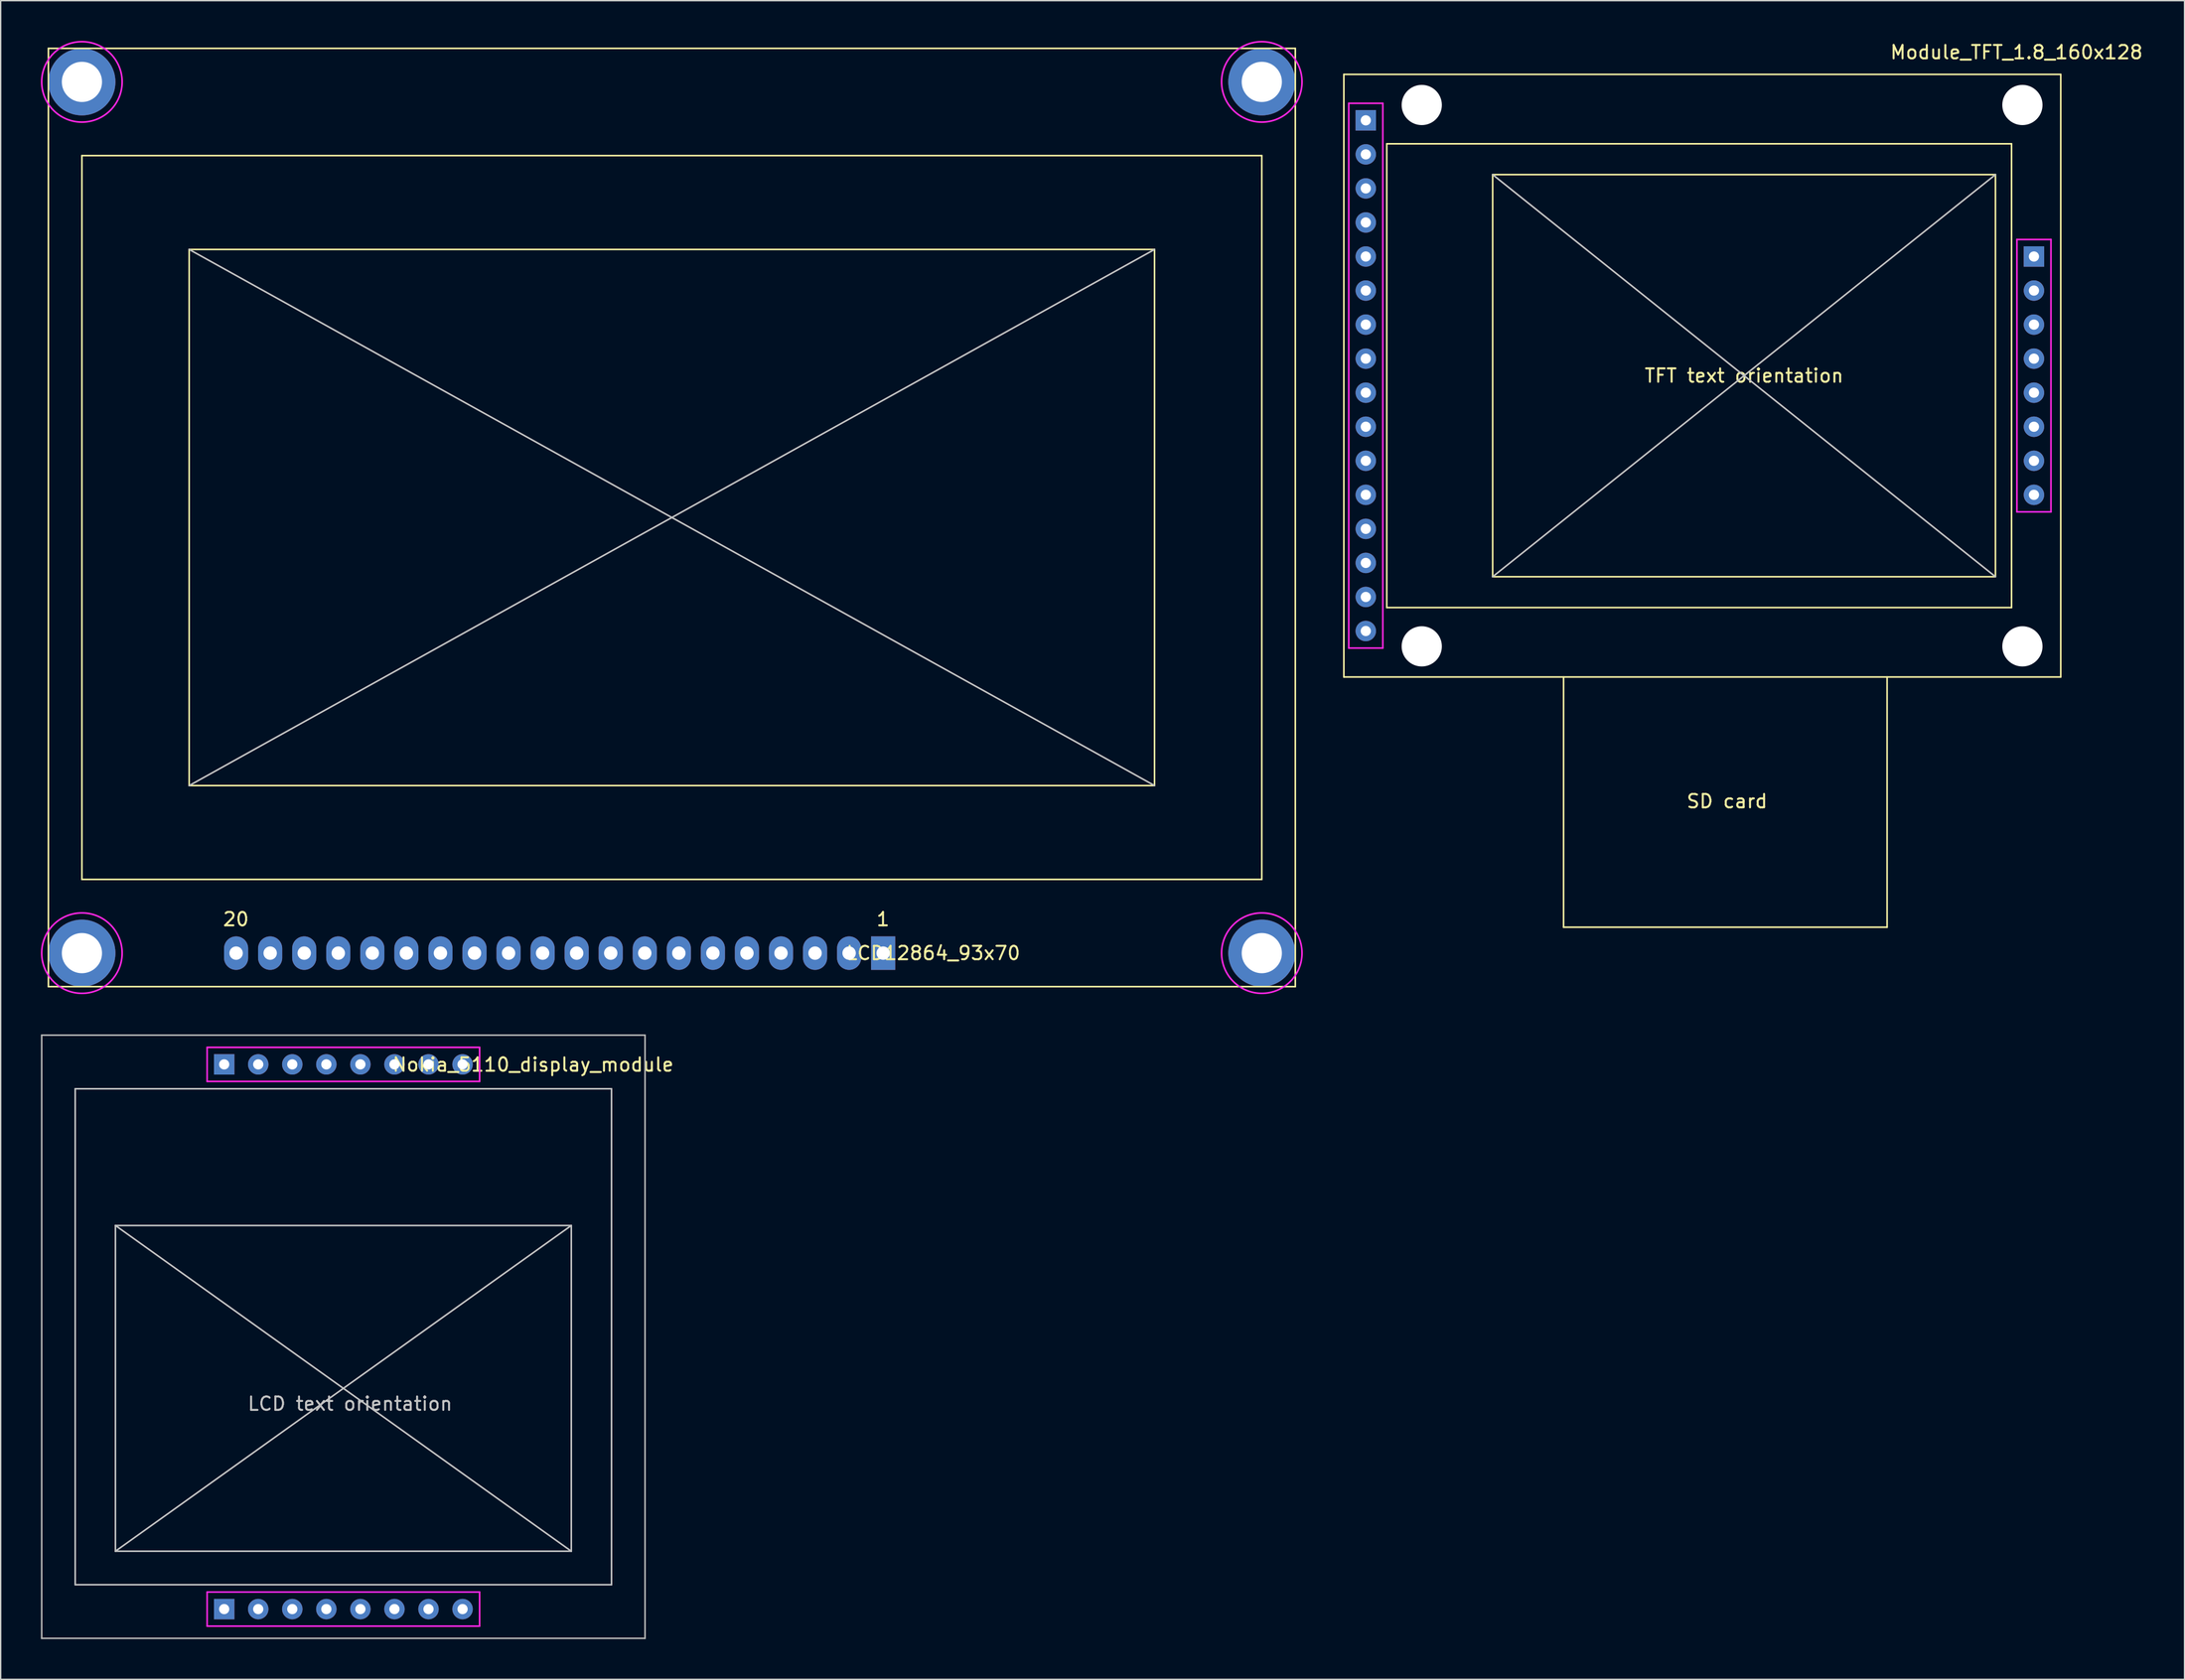
<source format=kicad_pcb>
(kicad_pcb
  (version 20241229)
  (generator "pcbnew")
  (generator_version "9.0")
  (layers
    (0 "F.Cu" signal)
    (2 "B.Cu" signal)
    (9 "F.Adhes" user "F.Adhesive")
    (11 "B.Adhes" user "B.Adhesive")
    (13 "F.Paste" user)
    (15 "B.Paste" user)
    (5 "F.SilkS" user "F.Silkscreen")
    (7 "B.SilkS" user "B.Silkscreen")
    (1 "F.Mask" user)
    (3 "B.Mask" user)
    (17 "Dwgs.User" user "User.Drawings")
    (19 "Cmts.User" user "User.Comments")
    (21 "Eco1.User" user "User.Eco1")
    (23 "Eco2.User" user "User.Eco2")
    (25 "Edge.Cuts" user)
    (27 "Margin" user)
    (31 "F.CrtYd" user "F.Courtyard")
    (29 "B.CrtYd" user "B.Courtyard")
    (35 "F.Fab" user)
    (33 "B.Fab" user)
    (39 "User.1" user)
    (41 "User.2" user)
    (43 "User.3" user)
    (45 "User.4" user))
  (footprint "Nokia_5110_display_module"
    (layer "F.Cu")
    (at 22.56 100.53)
    (property "Reference" "Nokia_5110_display_module" (at 14.15 -24.15 0) (layer "F.SilkS") (effects (font (size 1 1) (thickness 0.15))))
    (attr through_hole)
    (fp_line (start -20 -22.35) (end -20 14.65) (stroke (width 0.12) (type solid)) (layer "Dwgs.User"))
    (fp_line (start -20 14.65) (end 20 14.65) (stroke (width 0.12) (type solid)) (layer "Dwgs.User"))
    (fp_line (start -17 -12.15) (end -17 12.15) (stroke (width 0.12) (type solid)) (layer "Dwgs.User"))
    (fp_line (start -17 -12.15) (end 17 12.15) (stroke (width 0.12) (type solid)) (layer "Dwgs.User"))
    (fp_line (start -17 12.15) (end 17 12.15) (stroke (width 0.12) (type solid)) (layer "Dwgs.User"))
    (fp_line (start 17 -12.15) (end -17 -12.15) (stroke (width 0.12) (type solid)) (layer "Dwgs.User"))
    (fp_line (start 17 -12.15) (end -17 12.15) (stroke (width 0.12) (type solid)) (layer "Dwgs.User"))
    (fp_line (start 17 12.15) (end 17 -12.15) (stroke (width 0.12) (type solid)) (layer "Dwgs.User"))
    (fp_line (start 20 -22.35) (end -20 -22.35) (stroke (width 0.12) (type solid)) (layer "Dwgs.User"))
    (fp_line (start 20 14.65) (end 20 -22.35) (stroke (width 0.12) (type solid)) (layer "Dwgs.User"))
    (fp_line (start -10.16 -25.44) (end 10.16 -25.44) (stroke (width 0.12) (type solid)) (layer "F.CrtYd"))
    (fp_line (start -10.16 -22.9) (end -10.16 -25.44) (stroke (width 0.12) (type solid)) (layer "F.CrtYd"))
    (fp_line (start -10.16 15.2) (end 10.16 15.2) (stroke (width 0.12) (type solid)) (layer "F.CrtYd"))
    (fp_line (start -10.16 17.74) (end -10.16 15.2) (stroke (width 0.12) (type solid)) (layer "F.CrtYd"))
    (fp_line (start 10.16 -25.44) (end 10.16 -22.9) (stroke (width 0.12) (type solid)) (layer "F.CrtYd"))
    (fp_line (start 10.16 -22.9) (end -10.16 -22.9) (stroke (width 0.12) (type solid)) (layer "F.CrtYd"))
    (fp_line (start 10.16 15.2) (end 10.16 17.74) (stroke (width 0.12) (type solid)) (layer "F.CrtYd"))
    (fp_line (start 10.16 17.74) (end -10.16 17.74) (stroke (width 0.12) (type solid)) (layer "F.CrtYd"))
    (fp_line (start -22.5 -26.35) (end 22.5 -26.35) (stroke (width 0.12) (type solid)) (layer "F.Fab"))
    (fp_line (start -22.5 18.65) (end -22.5 -26.35) (stroke (width 0.12) (type solid)) (layer "F.Fab"))
    (fp_line (start 22.5 -26.35) (end 22.5 18.65) (stroke (width 0.12) (type solid)) (layer "F.Fab"))
    (fp_line (start 22.5 18.65) (end -22.5 18.65) (stroke (width 0.12) (type solid)) (layer "F.Fab"))
    (fp_text user "LCD text orientation" (at 0.5 1.15 0) (layer "Dwgs.User") (effects (font (size 1 1) (thickness 0.15))))
    (pad "" thru_hole rect (at -8.89 16.47) (size 1.524 1.524) (drill 0.762) (layers "*.Cu" "*.Mask"))
    (pad "" thru_hole circle (at -6.35 16.47) (size 1.524 1.524) (drill 0.762) (layers "*.Cu" "*.Mask"))
    (pad "" thru_hole circle (at -3.81 16.47) (size 1.524 1.524) (drill 0.762) (layers "*.Cu" "*.Mask"))
    (pad "" thru_hole circle (at -1.27 16.47) (size 1.524 1.524) (drill 0.762) (layers "*.Cu" "*.Mask"))
    (pad "" thru_hole circle (at 1.27 16.47) (size 1.524 1.524) (drill 0.762) (layers "*.Cu" "*.Mask"))
    (pad "" thru_hole circle (at 3.81 16.47) (size 1.524 1.524) (drill 0.762) (layers "*.Cu" "*.Mask"))
    (pad "" thru_hole circle (at 6.35 16.47) (size 1.524 1.524) (drill 0.762) (layers "*.Cu" "*.Mask"))
    (pad "" thru_hole circle (at 8.89 16.47) (size 1.524 1.524) (drill 0.762) (layers "*.Cu" "*.Mask"))
    (pad "1" thru_hole rect (at -8.89 -24.17) (size 1.524 1.524) (drill 0.762) (layers "*.Cu" "*.Mask"))
    (pad "2" thru_hole circle (at -6.35 -24.17) (size 1.524 1.524) (drill 0.762) (layers "*.Cu" "*.Mask"))
    (pad "3" thru_hole circle (at -3.81 -24.17) (size 1.524 1.524) (drill 0.762) (layers "*.Cu" "*.Mask"))
    (pad "4" thru_hole circle (at -1.27 -24.17) (size 1.524 1.524) (drill 0.762) (layers "*.Cu" "*.Mask"))
    (pad "5" thru_hole circle (at 1.27 -24.17) (size 1.524 1.524) (drill 0.762) (layers "*.Cu" "*.Mask"))
    (pad "6" thru_hole circle (at 3.81 -24.17) (size 1.524 1.524) (drill 0.762) (layers "*.Cu" "*.Mask"))
    (pad "7" thru_hole circle (at 6.35 -24.17) (size 1.524 1.524) (drill 0.762) (layers "*.Cu" "*.Mask"))
    (pad "8" thru_hole circle (at 8.89 -24.17) (size 1.524 1.524) (drill 0.762) (layers "*.Cu" "*.Mask")))
  (footprint "Module_TFT_1.8_160x128"
    (layer "F.Cu")
    (at 127.03 24.978)
    (property "Reference" "Module_TFT_1.8_160x128" (at 20.32 -24.13 0) (layer "F.SilkS") (effects (font (size 1 1) (thickness 0.15))))
    (attr through_hole)
    (fp_line (start -29.85 -22.48) (end -29.85 22.48) (stroke (width 0.12) (type solid)) (layer "F.SilkS"))
    (fp_line (start -29.85 -22.48) (end 23.62 -22.48) (stroke (width 0.12) (type solid)) (layer "F.SilkS"))
    (fp_line (start -29.85 22.48) (end 23.62 22.48) (stroke (width 0.12) (type solid)) (layer "F.SilkS"))
    (fp_line (start -26.65 -17.3) (end -26.65 17.3) (stroke (width 0.12) (type default)) (layer "F.SilkS"))
    (fp_line (start -26.65 -17.3) (end 19.95 -17.3) (stroke (width 0.12) (type default)) (layer "F.SilkS"))
    (fp_line (start -26.65 17.3) (end 19.95 17.3) (stroke (width 0.12) (type default)) (layer "F.SilkS"))
    (fp_line (start -18.75 -15) (end -18.75 15) (stroke (width 0.12) (type solid)) (layer "F.SilkS"))
    (fp_line (start -18.75 15) (end 18.75 15) (stroke (width 0.12) (type solid)) (layer "F.SilkS"))
    (fp_line (start -13.462 22.48) (end -13.462 41.148) (stroke (width 0.12) (type solid)) (layer "F.SilkS"))
    (fp_line (start 10.668 22.48) (end 10.668 41.148) (stroke (width 0.12) (type solid)) (layer "F.SilkS"))
    (fp_line (start 10.668 41.148) (end -13.462 41.148) (stroke (width 0.12) (type solid)) (layer "F.SilkS"))
    (fp_line (start 18.75 -15) (end -18.75 -15) (stroke (width 0.12) (type solid)) (layer "F.SilkS"))
    (fp_line (start 18.75 15) (end 18.75 -15) (stroke (width 0.12) (type solid)) (layer "F.SilkS"))
    (fp_line (start 19.95 -17.3) (end 19.95 17.3) (stroke (width 0.12) (type default)) (layer "F.SilkS"))
    (fp_line (start 23.62 -22.48) (end 23.62 22.48) (stroke (width 0.12) (type solid)) (layer "F.SilkS"))
    (fp_line (start -18.75 -15) (end 18.75 15) (stroke (width 0.12) (type solid)) (layer "Dwgs.User"))
    (fp_line (start 18.75 -15) (end -18.75 15) (stroke (width 0.12) (type solid)) (layer "Dwgs.User"))
    (fp_line (start -29.484 -20.32) (end -26.944 -20.32) (stroke (width 0.12) (type solid)) (layer "F.CrtYd"))
    (fp_line (start -29.484 20.32) (end -29.484 -20.32) (stroke (width 0.12) (type solid)) (layer "F.CrtYd"))
    (fp_line (start -26.944 -20.32) (end -26.944 20.32) (stroke (width 0.12) (type solid)) (layer "F.CrtYd"))
    (fp_line (start -26.944 20.32) (end -29.484 20.32) (stroke (width 0.12) (type solid)) (layer "F.CrtYd"))
    (fp_line (start 20.35 -10.16) (end 22.89 -10.16) (stroke (width 0.12) (type solid)) (layer "F.CrtYd"))
    (fp_line (start 20.35 10.16) (end 20.35 -10.16) (stroke (width 0.12) (type solid)) (layer "F.CrtYd"))
    (fp_line (start 22.89 -10.16) (end 22.89 10.16) (stroke (width 0.12) (type solid)) (layer "F.CrtYd"))
    (fp_line (start 22.89 10.16) (end 20.35 10.16) (stroke (width 0.12) (type solid)) (layer "F.CrtYd"))
    (fp_text user "SD card" (at -1.27 31.75 0) (unlocked yes) (layer "F.SilkS") (effects (font (size 1 1) (thickness 0.15))))
    (fp_text user "TFT text orientation" (at 0 0 0) (layer "F.SilkS") (effects (font (size 1 1) (thickness 0.15))))
    (pad "" np_thru_hole circle (at -24.04 -20.195) (size 3 3) (drill 3) (layers "*.Cu" "*.Mask"))
    (pad "" np_thru_hole circle (at -24.04 20.195) (size 3 3) (drill 3) (layers "*.Cu" "*.Mask"))
    (pad "" np_thru_hole circle (at 20.76 -20.195) (size 3 3) (drill 3) (layers "*.Cu" "*.Mask"))
    (pad "" np_thru_hole circle (at 20.76 20.195) (size 3 3) (drill 3) (layers "*.Cu" "*.Mask"))
    (pad "1L" thru_hole rect (at -28.214 -19.05 270) (size 1.524 1.524) (drill 0.762) (layers "*.Cu" "*.Mask"))
    (pad "1R" thru_hole rect (at 21.62 -8.89 270) (size 1.524 1.524) (drill 0.762) (layers "*.Cu" "*.Mask"))
    (pad "2L" thru_hole circle (at -28.214 -16.51 270) (size 1.524 1.524) (drill 0.762) (layers "*.Cu" "*.Mask"))
    (pad "2R" thru_hole circle (at 21.62 -6.35 270) (size 1.524 1.524) (drill 0.762) (layers "*.Cu" "*.Mask"))
    (pad "3L" thru_hole circle (at -28.214 -13.97 270) (size 1.524 1.524) (drill 0.762) (layers "*.Cu" "*.Mask"))
    (pad "3R" thru_hole circle (at 21.62 -3.81 270) (size 1.524 1.524) (drill 0.762) (layers "*.Cu" "*.Mask"))
    (pad "4L" thru_hole circle (at -28.214 -11.43 270) (size 1.524 1.524) (drill 0.762) (layers "*.Cu" "*.Mask"))
    (pad "4R" thru_hole circle (at 21.62 -1.27 270) (size 1.524 1.524) (drill 0.762) (layers "*.Cu" "*.Mask"))
    (pad "5L" thru_hole circle (at -28.214 -8.89 270) (size 1.524 1.524) (drill 0.762) (layers "*.Cu" "*.Mask"))
    (pad "5R" thru_hole circle (at 21.62 1.27 270) (size 1.524 1.524) (drill 0.762) (layers "*.Cu" "*.Mask"))
    (pad "6L" thru_hole circle (at -28.214 -6.35 270) (size 1.524 1.524) (drill 0.762) (layers "*.Cu" "*.Mask"))
    (pad "6R" thru_hole circle (at 21.62 3.81 270) (size 1.524 1.524) (drill 0.762) (layers "*.Cu" "*.Mask"))
    (pad "7L" thru_hole circle (at -28.214 -3.81 270) (size 1.524 1.524) (drill 0.762) (layers "*.Cu" "*.Mask"))
    (pad "7R" thru_hole circle (at 21.62 6.35 270) (size 1.524 1.524) (drill 0.762) (layers "*.Cu" "*.Mask"))
    (pad "8L" thru_hole circle (at -28.214 -1.27 270) (size 1.524 1.524) (drill 0.762) (layers "*.Cu" "*.Mask"))
    (pad "8R" thru_hole circle (at 21.62 8.89 270) (size 1.524 1.524) (drill 0.762) (layers "*.Cu" "*.Mask"))
    (pad "9L" thru_hole circle (at -28.214 1.27 270) (size 1.524 1.524) (drill 0.762) (layers "*.Cu" "*.Mask"))
    (pad "10L" thru_hole circle (at -28.214 3.81 270) (size 1.524 1.524) (drill 0.762) (layers "*.Cu" "*.Mask"))
    (pad "11L" thru_hole circle (at -28.214 6.35 270) (size 1.524 1.524) (drill 0.762) (layers "*.Cu" "*.Mask"))
    (pad "12L" thru_hole circle (at -28.214 8.89 270) (size 1.524 1.524) (drill 0.762) (layers "*.Cu" "*.Mask"))
    (pad "13L" thru_hole circle (at -28.214 11.43 270) (size 1.524 1.524) (drill 0.762) (layers "*.Cu" "*.Mask"))
    (pad "14L" thru_hole circle (at -28.214 13.97) (size 1.524 1.524) (drill 0.762) (layers "*.Cu" "*.Mask"))
    (pad "15L" thru_hole circle (at -28.214 16.51 270) (size 1.524 1.524) (drill 0.762) (layers "*.Cu" "*.Mask"))
    (pad "16L" thru_hole circle (at -28.214 19.05 270) (size 1.524 1.524) (drill 0.762) (layers "*.Cu" "*.Mask")))
  (footprint "LCD12864_93x70"
    (layer "F.Cu")
    (at 47.06 35.56)
    (property "Reference" "LCD12864_93x70" (at 19.5 32.5 0) (layer "F.SilkS") (effects (font (size 1 1) (thickness 0.15))))
    (attr through_hole)
    (fp_line (start -46.5 -35) (end -46.5 35) (stroke (width 0.12) (type solid)) (layer "F.SilkS"))
    (fp_line (start -46.5 -35) (end 46.5 -35) (stroke (width 0.12) (type solid)) (layer "F.SilkS"))
    (fp_line (start -46.5 35) (end 46.5 35) (stroke (width 0.12) (type solid)) (layer "F.SilkS"))
    (fp_line (start -44 -27) (end 44 -27) (stroke (width 0.12) (type solid)) (layer "F.SilkS"))
    (fp_line (start -44 27) (end -44 -27) (stroke (width 0.12) (type solid)) (layer "F.SilkS"))
    (fp_line (start -36 -20) (end 36 -20) (stroke (width 0.12) (type solid)) (layer "F.SilkS"))
    (fp_line (start -36 20) (end -36 -20) (stroke (width 0.12) (type solid)) (layer "F.SilkS"))
    (fp_line (start 36 -20) (end 36 20) (stroke (width 0.12) (type solid)) (layer "F.SilkS"))
    (fp_line (start 36 20) (end -36 20) (stroke (width 0.12) (type solid)) (layer "F.SilkS"))
    (fp_line (start 44 -27) (end 44 27) (stroke (width 0.12) (type solid)) (layer "F.SilkS"))
    (fp_line (start 44 27) (end -44 27) (stroke (width 0.12) (type solid)) (layer "F.SilkS"))
    (fp_line (start 46.5 -35) (end 46.5 35) (stroke (width 0.12) (type solid)) (layer "F.SilkS"))
    (fp_line (start -36 -20) (end 36 20) (stroke (width 0.12) (type solid)) (layer "Dwgs.User"))
    (fp_line (start 36 -20) (end -36 20) (stroke (width 0.12) (type solid)) (layer "Dwgs.User"))
    (fp_circle (center -44 -32.5) (end -41 -32.5) (stroke (width 0.12) (type solid)) (fill no) (layer "F.CrtYd"))
    (fp_circle (center -44 32.5) (end -41 32.5) (stroke (width 0.12) (type solid)) (fill no) (layer "F.CrtYd"))
    (fp_circle (center 44 -32.5) (end 47 -32.5) (stroke (width 0.12) (type solid)) (fill no) (layer "F.CrtYd"))
    (fp_circle (center 44 32.5) (end 47 32.5) (stroke (width 0.12) (type solid)) (fill no) (layer "F.CrtYd"))
    (fp_text user "20" (at -32.512 29.972 0) (layer "F.SilkS") (effects (font (size 1 1) (thickness 0.15))))
    (fp_text user "1" (at 15.748 29.972 0) (layer "F.SilkS") (effects (font (size 1 1) (thickness 0.15))))
    (pad "" thru_hole circle (at -44 -32.5) (size 5 5) (drill 3) (layers "*.Cu" "*.Mask"))
    (pad "" thru_hole circle (at -44 32.5) (size 5 5) (drill 3) (layers "*.Cu" "*.Mask"))
    (pad "" thru_hole circle (at 44 -32.5) (size 5 5) (drill 3) (layers "*.Cu" "*.Mask"))
    (pad "" thru_hole circle (at 44 32.5) (size 5 5) (drill 3) (layers "*.Cu" "*.Mask"))
    (pad "1" thru_hole rect (at 15.76 32.5) (size 1.8 2.5) (drill 1) (layers "*.Cu" "*.Mask"))
    (pad "2" thru_hole oval (at 13.22 32.5) (size 1.8 2.5) (drill 1) (layers "*.Cu" "*.Mask"))
    (pad "3" thru_hole oval (at 10.68 32.5) (size 1.8 2.5) (drill 1) (layers "*.Cu" "*.Mask"))
    (pad "4" thru_hole oval (at 8.14 32.5) (size 1.8 2.5) (drill 1) (layers "*.Cu" "*.Mask"))
    (pad "5" thru_hole oval (at 5.6 32.5) (size 1.8 2.5) (drill 1) (layers "*.Cu" "*.Mask"))
    (pad "6" thru_hole oval (at 3.06 32.5) (size 1.8 2.5) (drill 1) (layers "*.Cu" "*.Mask"))
    (pad "7" thru_hole oval (at 0.52 32.5) (size 1.8 2.5) (drill 1) (layers "*.Cu" "*.Mask"))
    (pad "8" thru_hole oval (at -2.02 32.5) (size 1.8 2.5) (drill 1) (layers "*.Cu" "*.Mask"))
    (pad "9" thru_hole oval (at -4.56 32.5) (size 1.8 2.5) (drill 1) (layers "*.Cu" "*.Mask"))
    (pad "10" thru_hole oval (at -7.1 32.5) (size 1.8 2.5) (drill 1) (layers "*.Cu" "*.Mask"))
    (pad "11" thru_hole oval (at -9.64 32.5) (size 1.8 2.5) (drill 1) (layers "*.Cu" "*.Mask"))
    (pad "12" thru_hole oval (at -12.18 32.5) (size 1.8 2.5) (drill 1) (layers "*.Cu" "*.Mask"))
    (pad "13" thru_hole oval (at -14.72 32.5) (size 1.8 2.5) (drill 1) (layers "*.Cu" "*.Mask"))
    (pad "14" thru_hole oval (at -17.26 32.5) (size 1.8 2.5) (drill 1) (layers "*.Cu" "*.Mask"))
    (pad "15" thru_hole oval (at -19.8 32.5) (size 1.8 2.5) (drill 1) (layers "*.Cu" "*.Mask"))
    (pad "16" thru_hole oval (at -22.34 32.5) (size 1.8 2.5) (drill 1) (layers "*.Cu" "*.Mask"))
    (pad "17" thru_hole oval (at -24.88 32.5) (size 1.8 2.5) (drill 1) (layers "*.Cu" "*.Mask"))
    (pad "18" thru_hole oval (at -27.42 32.5) (size 1.8 2.5) (drill 1) (layers "*.Cu" "*.Mask"))
    (pad "19" thru_hole oval (at -29.96 32.5) (size 1.8 2.5) (drill 1) (layers "*.Cu" "*.Mask"))
    (pad "20" thru_hole oval (at -32.5 32.5) (size 1.8 2.5) (drill 1) (layers "*.Cu" "*.Mask")))
  (gr_rect
    (start -3 -3)
    (end 159.88 122.24)
    (stroke (width 0.1) (type default))
    (fill no)
    (layer "Edge.Cuts")))
</source>
